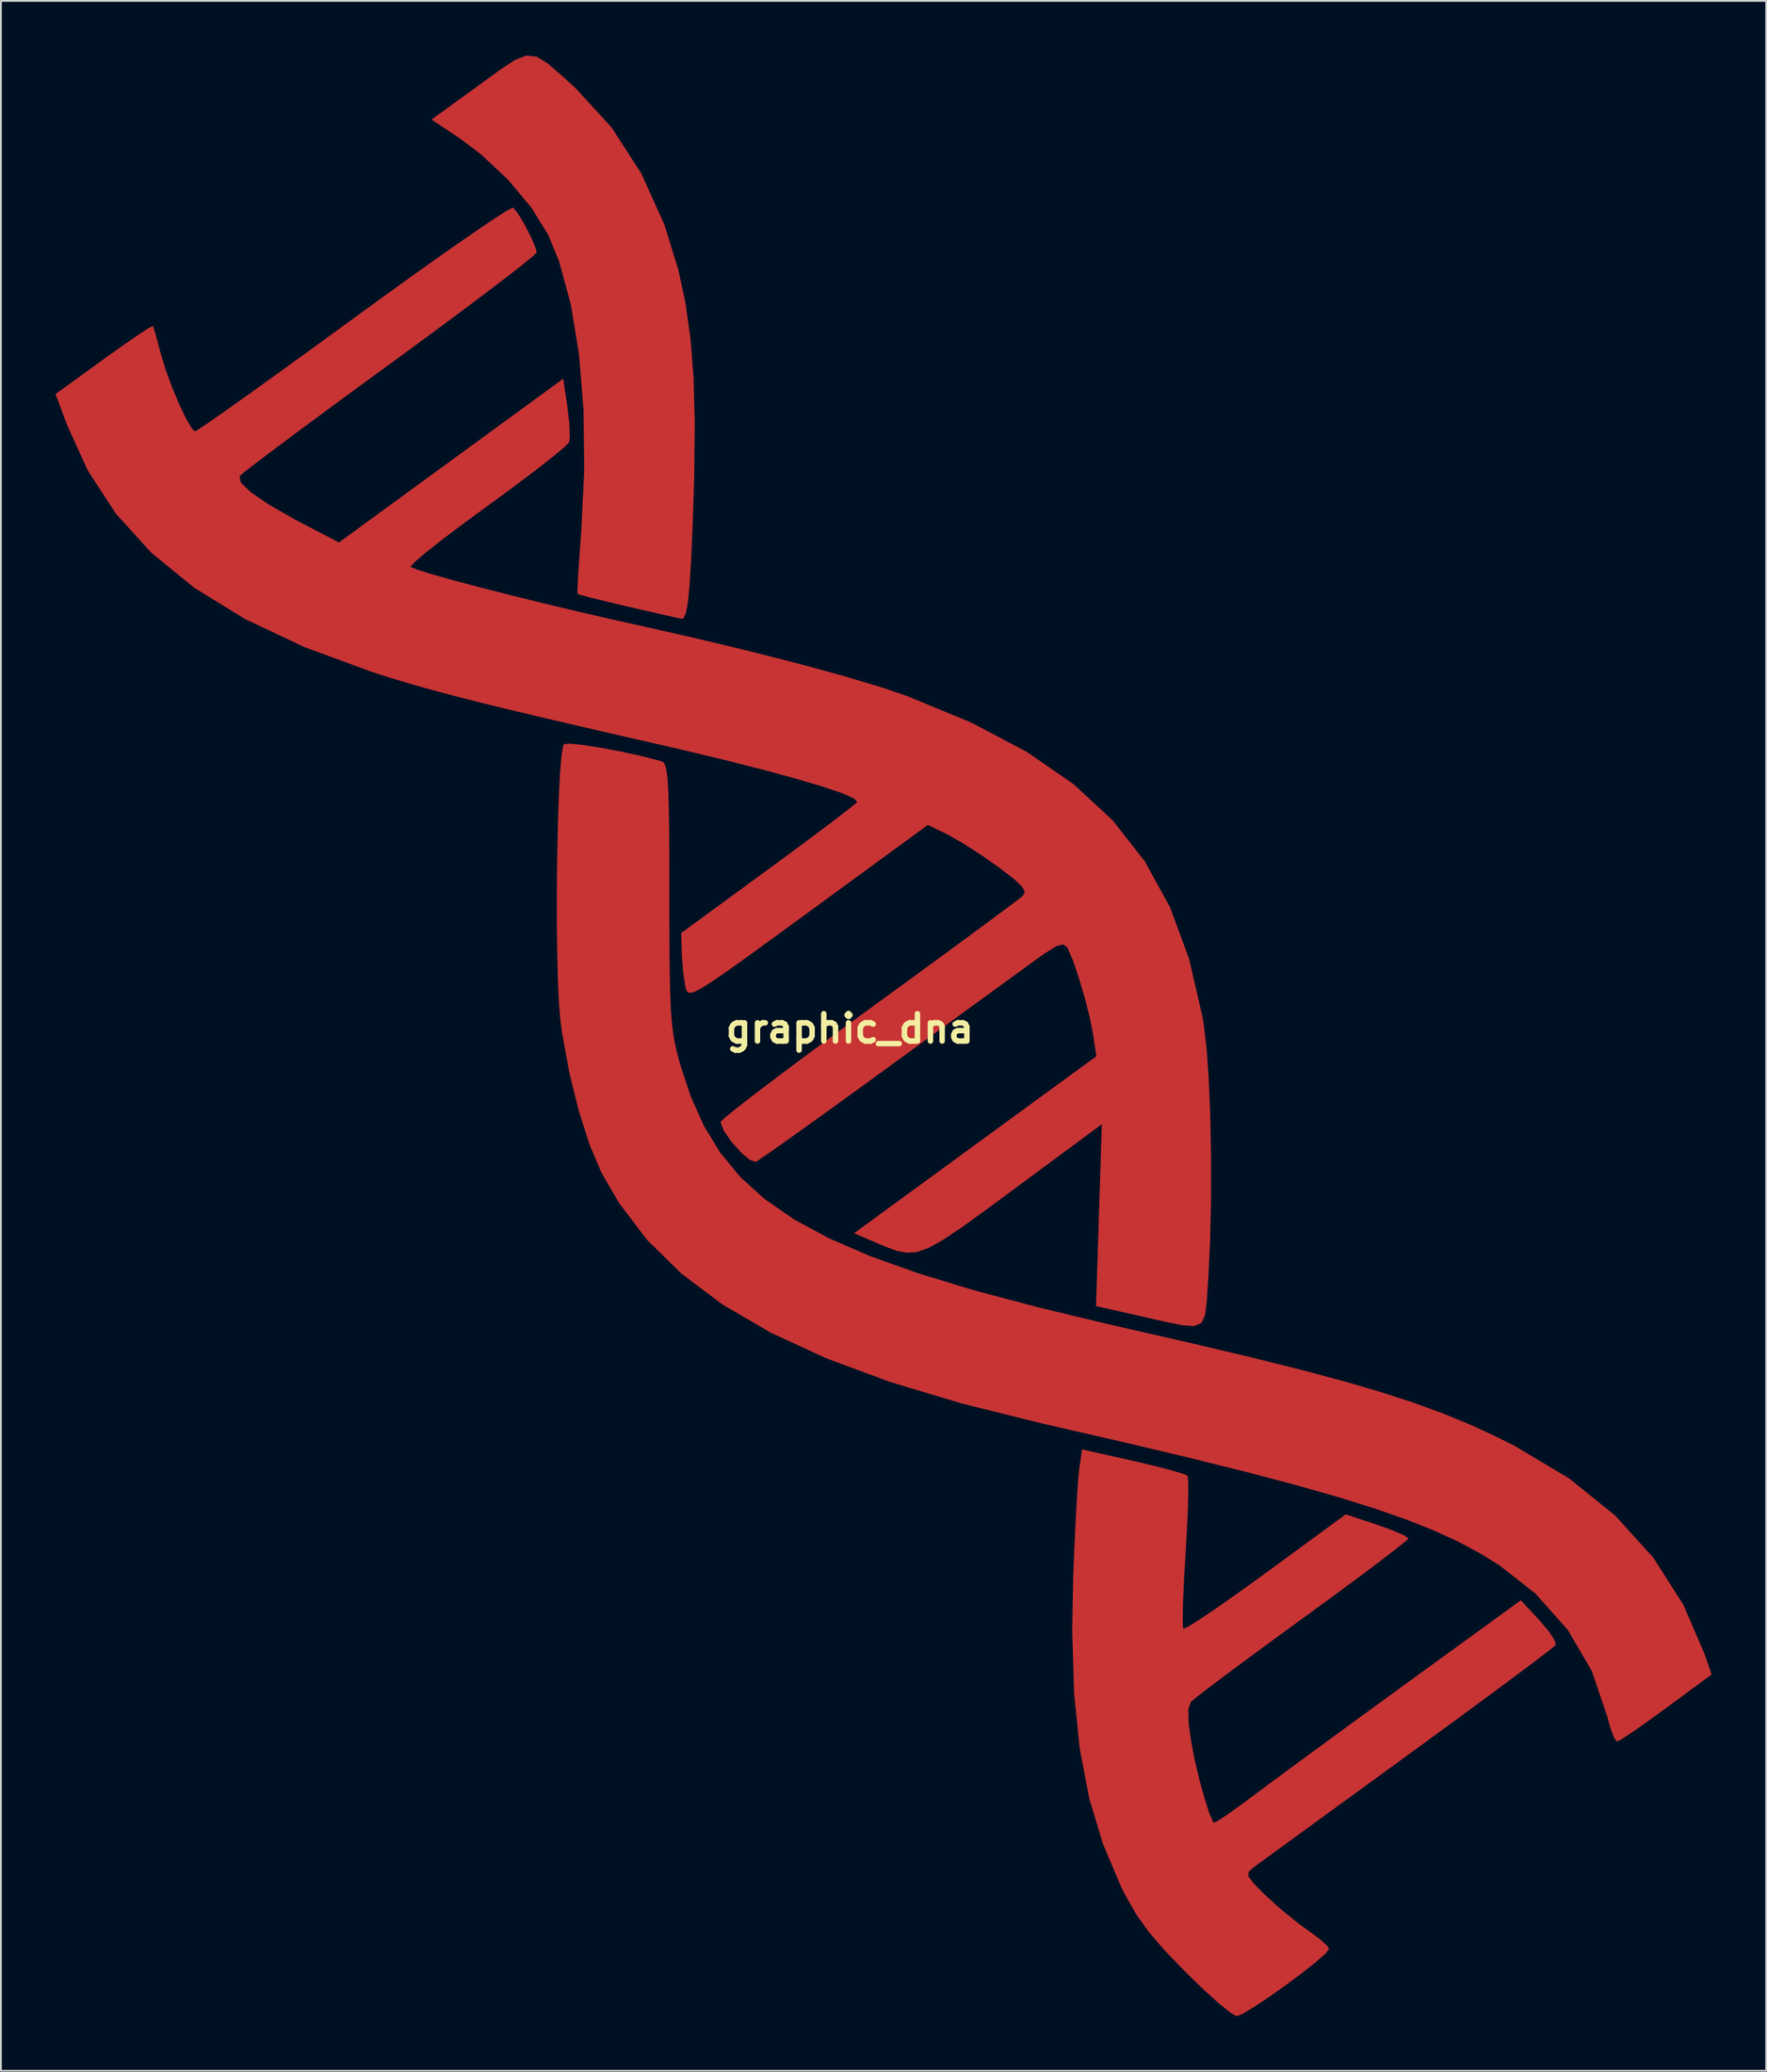
<source format=kicad_pcb>
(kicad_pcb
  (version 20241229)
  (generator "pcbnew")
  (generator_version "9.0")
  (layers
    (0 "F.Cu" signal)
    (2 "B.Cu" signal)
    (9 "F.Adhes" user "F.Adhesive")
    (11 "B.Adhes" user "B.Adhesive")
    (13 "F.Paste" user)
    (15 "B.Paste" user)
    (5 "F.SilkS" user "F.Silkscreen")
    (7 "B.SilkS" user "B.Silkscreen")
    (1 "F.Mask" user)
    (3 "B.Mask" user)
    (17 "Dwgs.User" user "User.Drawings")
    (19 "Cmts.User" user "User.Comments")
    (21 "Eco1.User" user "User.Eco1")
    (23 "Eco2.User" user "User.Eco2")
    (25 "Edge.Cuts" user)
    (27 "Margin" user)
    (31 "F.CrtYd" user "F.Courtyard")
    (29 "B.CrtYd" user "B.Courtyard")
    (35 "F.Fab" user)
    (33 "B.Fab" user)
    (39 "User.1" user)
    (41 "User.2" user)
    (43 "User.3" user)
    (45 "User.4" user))
  (footprint "graphic_dna"
    (layer "F.Cu")
    (at 43.626 53.45)
    (property "Reference" "graphic_dna" (at 0 0 0) (layer "F.SilkS") (effects (font (size 1.5 1.5) (thickness 0.3))))
    (attr board_only exclude_from_pos_files exclude_from_bom)
    (fp_poly (pts (xy -17.201 -53.387) (xy -16.59 -53.014) (xy -15.797 -52.327) (xy -15.008 -51.601) (xy -13.087 -49.5) (xy -11.469 -47.002) (xy -10.185 -44.165) (xy -9.416 -41.672) (xy -9.026 -39.85) (xy -8.751 -37.914) (xy -8.583 -35.77) (xy -8.516 -33.323) (xy -8.544 -30.477) (xy -8.571 -29.501) (xy -8.647 -27.287) (xy -8.725 -25.556) (xy -8.808 -24.263) (xy -8.902 -23.36) (xy -9.01 -22.802) (xy -9.137 -22.543) (xy -9.225 -22.511) (xy -9.537 -22.577) (xy -10.25 -22.737) (xy -11.25 -22.965) (xy -12.149 -23.173) (xy -13.279 -23.44) (xy -14.195 -23.665) (xy -14.789 -23.822) (xy -14.96 -23.879) (xy -14.961 -24.152) (xy -14.925 -24.848) (xy -14.857 -25.862) (xy -14.764 -27.09) (xy -14.762 -27.12) (xy -14.586 -30.642) (xy -14.625 -33.968) (xy -14.873 -37.035) (xy -15.322 -39.78) (xy -15.965 -42.138) (xy -16.56 -43.59) (xy -17.48 -45.085) (xy -18.757 -46.612) (xy -20.251 -48.019) (xy -21.424 -48.901) (xy -22.971 -49.934) (xy -20.337 -51.845) (xy -19.199 -52.674) (xy -18.38 -53.211) (xy -17.756 -53.45)) (stroke (width 0) (type solid)) (fill yes) (layer "F.Cu"))
    (fp_poly (pts (xy -14.668 -15.583) (xy -13.7 -15.432) (xy -12.601 -15.226) (xy -11.498 -14.986) (xy -10.52 -14.737) (xy -10.313 -14.676) (xy -10.192 -14.58) (xy -10.097 -14.337) (xy -10.026 -13.889) (xy -9.975 -13.179) (xy -9.941 -12.15) (xy -9.921 -10.746) (xy -9.912 -8.909) (xy -9.911 -7.344) (xy -9.908 -5.157) (xy -9.896 -3.422) (xy -9.87 -2.062) (xy -9.824 -1) (xy -9.756 -0.158) (xy -9.659 0.541) (xy -9.528 1.173) (xy -9.36 1.816) (xy -9.339 1.893) (xy -8.743 3.706) (xy -8.015 5.338) (xy -7.118 6.811) (xy -6.019 8.143) (xy -4.681 9.357) (xy -3.071 10.472) (xy -1.154 11.51) (xy 1.107 12.49) (xy 3.744 13.433) (xy 6.794 14.361) (xy 10.291 15.292) (xy 14.27 16.249) (xy 15.478 16.525) (xy 19.026 17.337) (xy 22.111 18.069) (xy 24.787 18.738) (xy 27.111 19.359) (xy 29.14 19.952) (xy 30.928 20.531) (xy 32.533 21.116) (xy 34.009 21.721) (xy 35.414 22.366) (xy 36.513 22.914) (xy 39.511 24.705) (xy 42.049 26.752) (xy 44.139 29.064) (xy 45.789 31.654) (xy 46.943 34.337) (xy 47.334 35.47) (xy 44.836 37.314) (xy 43.84 38.037) (xy 42.996 38.628) (xy 42.396 39.022) (xy 42.134 39.158) (xy 41.966 38.924) (xy 41.749 38.321) (xy 41.602 37.769) (xy 40.751 35.272) (xy 39.434 33.021) (xy 37.666 31.035) (xy 35.677 29.473) (xy 34.612 28.814) (xy 33.434 28.184) (xy 32.101 27.571) (xy 30.574 26.963) (xy 28.812 26.348) (xy 26.775 25.713) (xy 24.423 25.045) (xy 21.716 24.332) (xy 18.613 23.561) (xy 15.074 22.721) (xy 11.059 21.797) (xy 10.65 21.705) (xy 6.178 20.595) (xy 2.204 19.4) (xy -1.3 18.103) (xy -4.358 16.69) (xy -6.999 15.146) (xy -9.248 13.455) (xy -11.132 11.603) (xy -12.677 9.574) (xy -13.651 7.887) (xy -14.291 6.376) (xy -14.891 4.494) (xy -15.408 2.399) (xy -15.8 0.248) (xy -15.887 -0.384) (xy -15.97 -1.328) (xy -16.031 -2.606) (xy -16.07 -4.136) (xy -16.09 -5.835) (xy -16.09 -7.62) (xy -16.072 -9.409) (xy -16.037 -11.119) (xy -15.986 -12.668) (xy -15.92 -13.974) (xy -15.839 -14.953) (xy -15.746 -15.524) (xy -15.699 -15.627) (xy -15.377 -15.655)) (stroke (width 0) (type solid)) (fill yes) (layer "F.Cu"))
    (fp_poly (pts (xy 15.573 23.742) (xy 16.731 24.015) (xy 17.688 24.264) (xy 18.333 24.459) (xy 18.548 24.556) (xy 18.587 24.871) (xy 18.589 25.617) (xy 18.556 26.699) (xy 18.49 28.022) (xy 18.444 28.779) (xy 18.361 30.186) (xy 18.308 31.398) (xy 18.287 32.323) (xy 18.3 32.864) (xy 18.322 32.962) (xy 18.568 32.856) (xy 19.173 32.479) (xy 20.072 31.873) (xy 21.2 31.083) (xy 22.492 30.155) (xy 22.853 29.891) (xy 27.241 26.676) (xy 28.967 27.25) (xy 29.825 27.56) (xy 30.441 27.828) (xy 30.685 27.998) (xy 30.685 28.001) (xy 30.477 28.197) (xy 29.895 28.66) (xy 28.995 29.348) (xy 27.83 30.221) (xy 26.457 31.235) (xy 24.93 32.349) (xy 24.844 32.411) (xy 23.294 33.541) (xy 21.878 34.582) (xy 20.655 35.49) (xy 19.683 36.222) (xy 19.022 36.733) (xy 18.73 36.98) (xy 18.728 36.982) (xy 18.593 37.393) (xy 18.613 38.17) (xy 18.75 39.161) (xy 18.947 40.176) (xy 19.207 41.269) (xy 19.489 42.297) (xy 19.754 43.116) (xy 19.962 43.583) (xy 19.987 43.616) (xy 20.219 43.507) (xy 20.776 43.139) (xy 21.564 42.576) (xy 22.141 42.146) (xy 22.903 41.577) (xy 24.016 40.754) (xy 25.401 39.737) (xy 26.978 38.581) (xy 28.67 37.346) (xy 30.398 36.088) (xy 30.532 35.99) (xy 36.855 31.396) (xy 37.887 32.503) (xy 38.422 33.14) (xy 38.735 33.642) (xy 38.771 33.851) (xy 38.53 34.057) (xy 37.908 34.537) (xy 36.954 35.255) (xy 35.716 36.177) (xy 34.242 37.266) (xy 32.58 38.485) (xy 30.778 39.801) (xy 30.622 39.914) (xy 28.795 41.244) (xy 27.088 42.486) (xy 25.554 43.604) (xy 24.241 44.56) (xy 23.202 45.318) (xy 22.486 45.841) (xy 22.145 46.092) (xy 22.137 46.097) (xy 21.901 46.321) (xy 21.898 46.567) (xy 22.177 46.944) (xy 22.791 47.562) (xy 22.845 47.614) (xy 23.718 48.4) (xy 24.665 49.165) (xy 25.181 49.537) (xy 25.829 50.015) (xy 26.244 50.402) (xy 26.326 50.547) (xy 26.122 50.809) (xy 25.582 51.283) (xy 24.811 51.891) (xy 23.917 52.556) (xy 23.005 53.201) (xy 22.183 53.748) (xy 21.556 54.119) (xy 21.248 54.24) (xy 20.923 54.061) (xy 20.313 53.571) (xy 19.502 52.843) (xy 18.573 51.947) (xy 18.418 51.792) (xy 17.26 50.59) (xy 16.4 49.587) (xy 15.728 48.638) (xy 15.139 47.603) (xy 14.885 47.096) (xy 13.898 44.763) (xy 13.149 42.259) (xy 12.626 39.518) (xy 12.318 36.471) (xy 12.216 33.048) (xy 12.269 30.163) (xy 12.334 28.524) (xy 12.406 26.995) (xy 12.48 25.684) (xy 12.549 24.698) (xy 12.6 24.189) (xy 12.757 23.11)) (stroke (width 0) (type solid)) (fill yes) (layer "F.Cu"))
    (fp_poly (pts (xy -18.224 -44.769) (xy -17.857 -44.155) (xy -17.497 -43.451) (xy -17.249 -42.859) (xy -17.198 -42.634) (xy -17.405 -42.427) (xy -17.994 -41.946) (xy -18.918 -41.227) (xy -20.131 -40.304) (xy -21.586 -39.214) (xy -23.236 -37.992) (xy -25.035 -36.674) (xy -25.277 -36.497) (xy -27.099 -35.166) (xy -28.785 -33.926) (xy -30.289 -32.814) (xy -31.561 -31.864) (xy -32.555 -31.114) (xy -33.222 -30.598) (xy -33.515 -30.352) (xy -33.522 -30.342) (xy -33.443 -29.986) (xy -32.899 -29.462) (xy -31.917 -28.791) (xy -30.526 -27.994) (xy -30.103 -27.77) (xy -28.06 -26.704) (xy -21.901 -31.2) (xy -15.743 -35.697) (xy -15.51 -34.137) (xy -15.406 -33.236) (xy -15.379 -32.519) (xy -15.416 -32.212) (xy -15.665 -31.952) (xy -16.279 -31.439) (xy -17.191 -30.724) (xy -18.333 -29.86) (xy -19.639 -28.899) (xy -19.928 -28.69) (xy -21.236 -27.732) (xy -22.37 -26.875) (xy -23.269 -26.166) (xy -23.874 -25.655) (xy -24.123 -25.389) (xy -24.122 -25.366) (xy -23.775 -25.216) (xy -22.985 -24.968) (xy -21.826 -24.64) (xy -20.371 -24.253) (xy -18.693 -23.824) (xy -16.866 -23.373) (xy -14.964 -22.918) (xy -13.06 -22.479) (xy -11.906 -22.222) (xy -8.629 -21.482) (xy -5.569 -20.75) (xy -2.788 -20.041) (xy -0.347 -19.373) (xy 1.692 -18.762) (xy 3.159 -18.264) (xy 6.683 -16.806) (xy 9.721 -15.203) (xy 12.3 -13.421) (xy 14.451 -11.427) (xy 16.203 -9.19) (xy 17.586 -6.677) (xy 18.629 -3.854) (xy 19.362 -0.689) (xy 19.438 -0.242) (xy 19.597 1.094) (xy 19.718 2.84) (xy 19.801 4.878) (xy 19.842 7.088) (xy 19.84 9.353) (xy 19.793 11.555) (xy 19.699 13.574) (xy 19.672 13.982) (xy 19.602 15.029) (xy 19.511 15.741) (xy 19.314 16.162) (xy 18.925 16.331) (xy 18.26 16.29) (xy 17.234 16.08) (xy 15.956 15.787) (xy 13.524 15.237) (xy 13.683 10.241) (xy 13.843 5.246) (xy 8.972 8.848) (xy 7.345 10.049) (xy 6.075 10.964) (xy 5.089 11.621) (xy 4.318 12.046) (xy 3.689 12.267) (xy 3.131 12.31) (xy 2.575 12.202) (xy 1.947 11.971) (xy 1.373 11.726) (xy 0.233 11.237) (xy 6.888 6.375) (xy 13.543 1.514) (xy 13.363 0.312) (xy 13.18 -0.612) (xy 12.899 -1.715) (xy 12.57 -2.827) (xy 12.243 -3.783) (xy 11.967 -4.415) (xy 11.932 -4.474) (xy 11.715 -4.63) (xy 11.344 -4.531) (xy 10.714 -4.139) (xy 10.409 -3.923) (xy 9.881 -3.541) (xy 8.989 -2.892) (xy 7.795 -2.024) (xy 6.362 -0.981) (xy 4.755 0.19) (xy 3.035 1.444) (xy 2.139 2.097) (xy 0.443 3.331) (xy -1.125 4.465) (xy -2.51 5.46) (xy -3.66 6.28) (xy -4.522 6.886) (xy -5.043 7.24) (xy -5.171 7.317) (xy -5.506 7.2) (xy -5.992 6.78) (xy -6.503 6.205) (xy -6.911 5.621) (xy -7.088 5.176) (xy -7.084 5.112) (xy -6.86 4.891) (xy -6.255 4.397) (xy -5.315 3.666) (xy -4.088 2.733) (xy -2.621 1.635) (xy -0.963 0.408) (xy 0.841 -0.912) (xy 1.058 -1.071) (xy 2.888 -2.404) (xy 4.592 -3.649) (xy 6.119 -4.77) (xy 7.422 -5.729) (xy 8.449 -6.491) (xy 9.153 -7.018) (xy 9.482 -7.275) (xy 9.492 -7.284) (xy 9.611 -7.505) (xy 9.474 -7.793) (xy 9.018 -8.22) (xy 8.182 -8.862) (xy 8.169 -8.872) (xy 7.188 -9.56) (xy 6.203 -10.193) (xy 5.419 -10.638) (xy 5.385 -10.655) (xy 4.287 -11.192) (xy -2.288 -6.383) (xy -4.135 -5.034) (xy -5.6 -3.97) (xy -6.729 -3.163) (xy -7.568 -2.587) (xy -8.162 -2.212) (xy -8.557 -2.013) (xy -8.798 -1.961) (xy -8.931 -2.029) (xy -9.002 -2.189) (xy -9.031 -2.309) (xy -9.148 -3.064) (xy -9.223 -3.983) (xy -9.229 -4.149) (xy -9.26 -5.254) (xy -4.497 -8.739) (xy -3.11 -9.759) (xy -1.87 -10.682) (xy -0.839 -11.459) (xy -0.08 -12.044) (xy 0.342 -12.387) (xy 0.407 -12.451) (xy 0.24 -12.641) (xy -0.403 -12.926) (xy -1.481 -13.293) (xy -2.952 -13.73) (xy -4.775 -14.225) (xy -6.908 -14.767) (xy -9.309 -15.342) (xy -10.451 -15.605) (xy -13.475 -16.297) (xy -16.044 -16.893) (xy -18.217 -17.406) (xy -20.057 -17.854) (xy -21.624 -18.251) (xy -22.98 -18.612) (xy -24.185 -18.954) (xy -25.301 -19.292) (xy -26.221 -19.585) (xy -29.961 -20.961) (xy -33.216 -22.499) (xy -36.009 -24.218) (xy -38.364 -26.139) (xy -40.305 -28.28) (xy -41.856 -30.66) (xy -42.969 -33.104) (xy -43.626 -34.856) (xy -40.981 -36.772) (xy -39.969 -37.495) (xy -39.125 -38.077) (xy -38.533 -38.463) (xy -38.277 -38.595) (xy -38.273 -38.593) (xy -38.178 -38.303) (xy -38.002 -37.666) (xy -37.875 -37.174) (xy -37.597 -36.248) (xy -37.228 -35.237) (xy -36.821 -34.265) (xy -36.432 -33.457) (xy -36.115 -32.936) (xy -35.959 -32.808) (xy -35.704 -32.96) (xy -35.07 -33.391) (xy -34.104 -34.069) (xy -32.851 -34.961) (xy -31.359 -36.034) (xy -29.674 -37.253) (xy -27.844 -38.585) (xy -27.24 -39.027) (xy -25.373 -40.384) (xy -23.636 -41.632) (xy -22.076 -42.737) (xy -20.738 -43.668) (xy -19.671 -44.392) (xy -18.92 -44.877) (xy -18.533 -45.089) (xy -18.493 -45.094)) (stroke (width 0) (type solid)) (fill yes) (layer "F.Cu")))
  (gr_rect
    (start -3 -3)
    (end 93.959 110.69)
    (stroke (width 0.1) (type default))
    (fill no)
    (layer "Edge.Cuts")))
</source>
